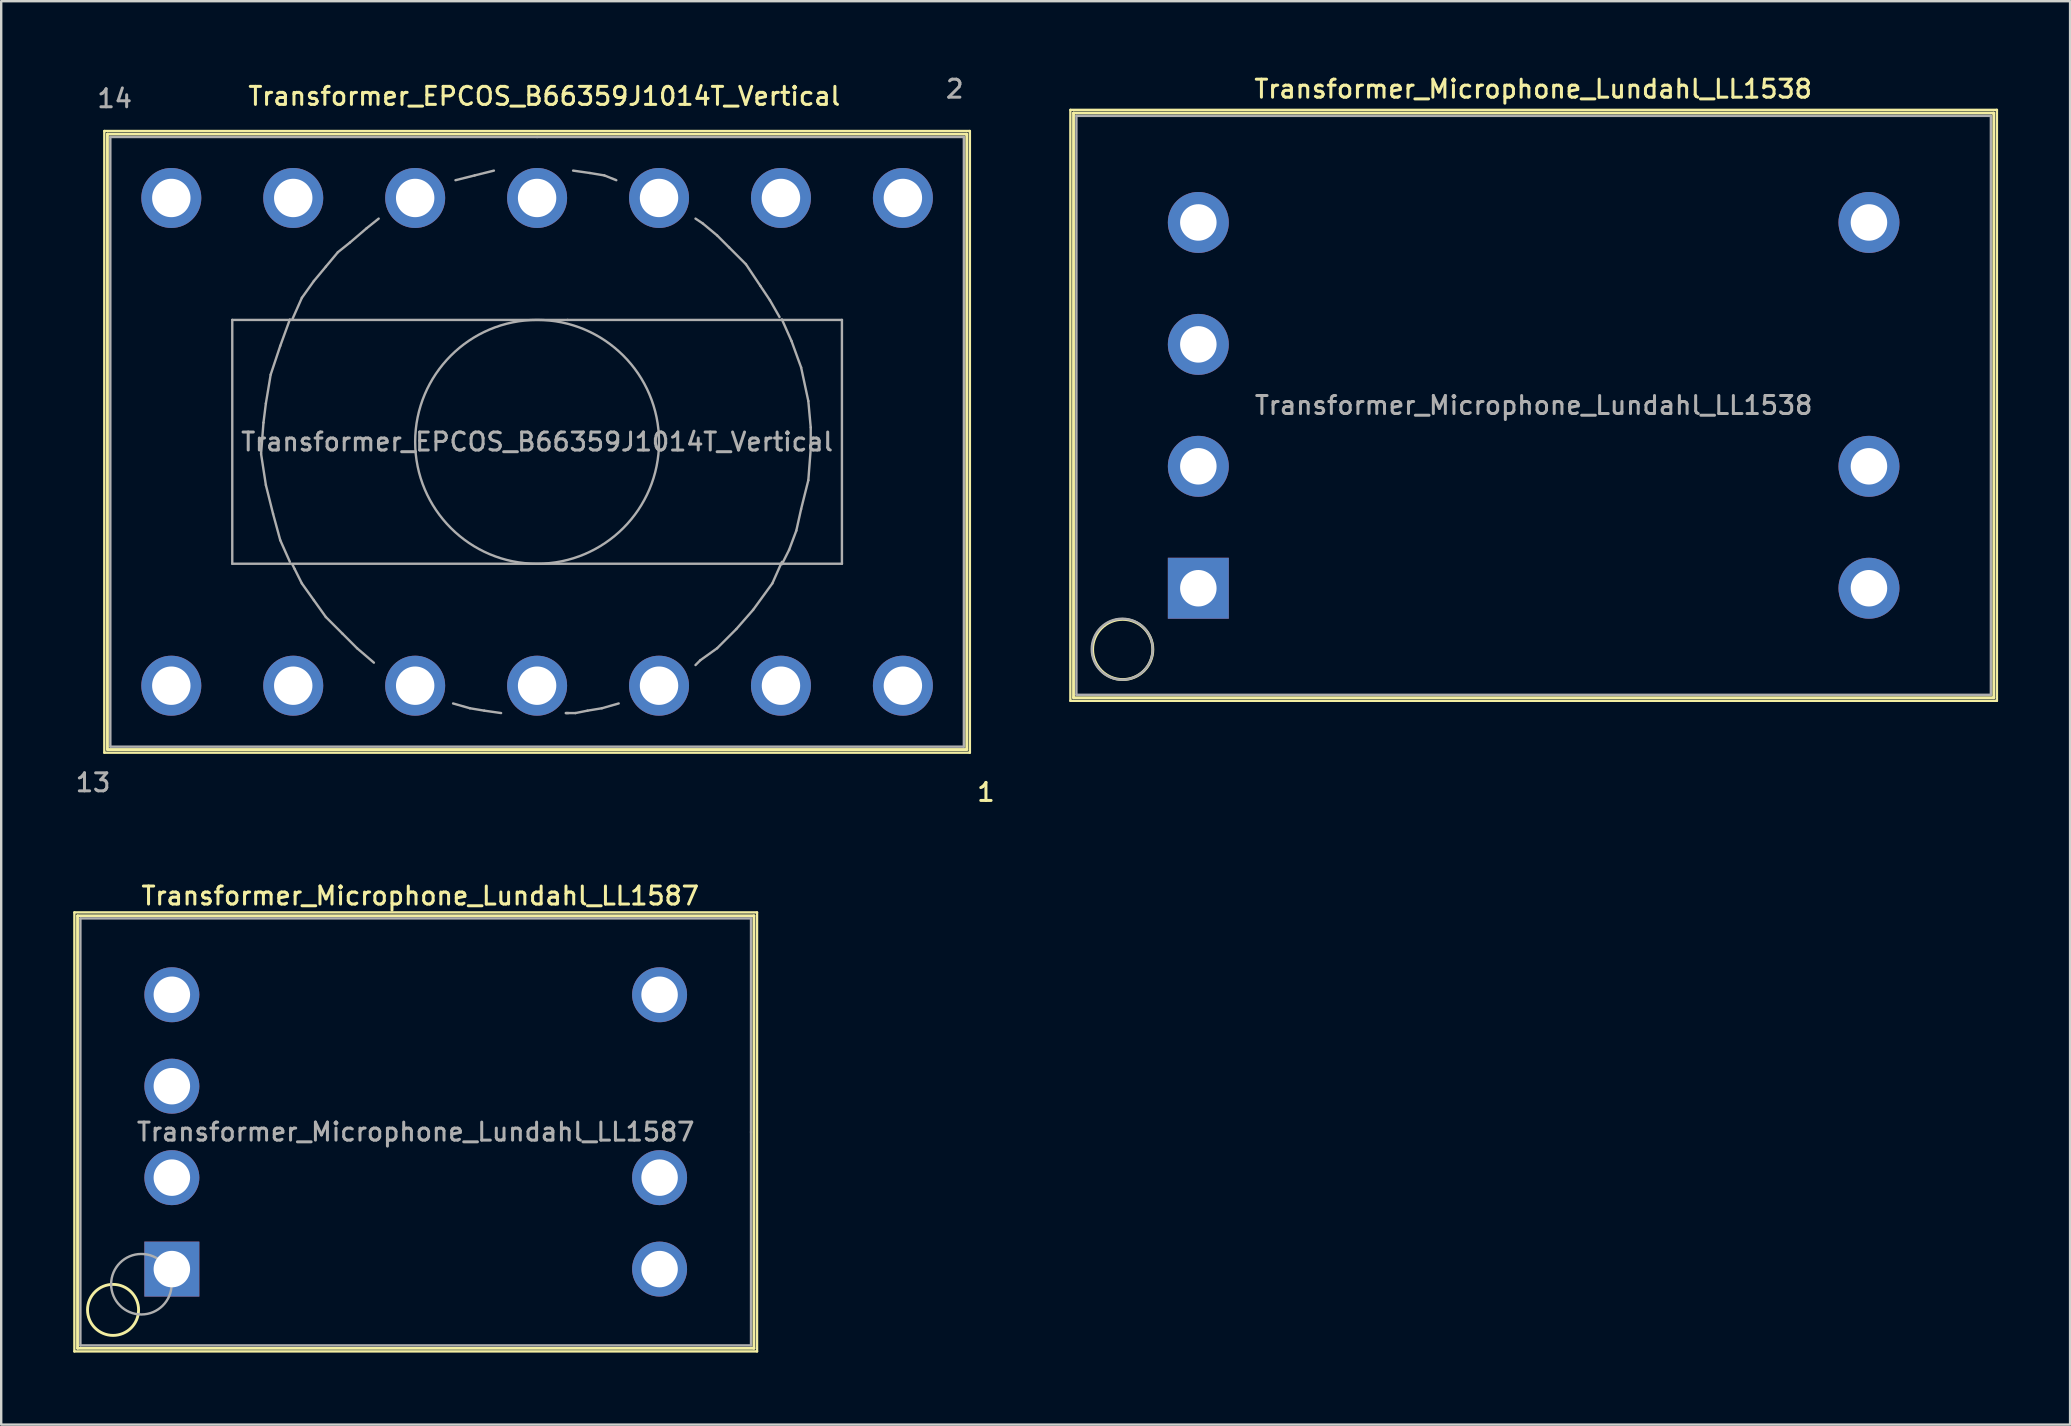
<source format=kicad_pcb>
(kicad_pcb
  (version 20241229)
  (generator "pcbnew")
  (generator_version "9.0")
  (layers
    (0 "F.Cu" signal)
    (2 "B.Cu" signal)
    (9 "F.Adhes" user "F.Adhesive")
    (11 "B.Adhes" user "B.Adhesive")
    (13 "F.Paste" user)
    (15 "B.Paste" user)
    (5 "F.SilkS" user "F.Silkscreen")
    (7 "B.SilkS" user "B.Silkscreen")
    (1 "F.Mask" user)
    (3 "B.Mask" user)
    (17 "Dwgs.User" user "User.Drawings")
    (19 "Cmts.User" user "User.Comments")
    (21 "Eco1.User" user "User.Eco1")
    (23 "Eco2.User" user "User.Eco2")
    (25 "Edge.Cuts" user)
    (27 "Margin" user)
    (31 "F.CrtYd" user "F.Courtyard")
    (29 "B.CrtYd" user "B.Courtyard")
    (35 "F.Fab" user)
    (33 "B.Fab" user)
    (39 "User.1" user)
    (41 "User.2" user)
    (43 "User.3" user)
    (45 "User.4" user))
  (footprint "Transformer_Microphone_Lundahl_LL1587"
    (layer "F.Cu")
    (at 4.11 49.824)
    (property "Reference" "Transformer_Microphone_Lundahl_LL1587" (at 10.35 -15.55 0) (layer "F.SilkS") (effects (font (size 0.75 0.75) (thickness 0.125))))
    (attr through_hole)
    (fp_line (start -4.06 -14.86) (end -4.06 3.43) (stroke (width 0.1) (type solid)) (layer "F.SilkS"))
    (fp_line (start -4.06 -14.86) (end 24.38 -14.86) (stroke (width 0.1) (type solid)) (layer "F.SilkS"))
    (fp_line (start -3.93 -14.72) (end -3.93 3.3) (stroke (width 0.12) (type solid)) (layer "F.SilkS"))
    (fp_line (start -3.93 -14.72) (end 24.25 -14.72) (stroke (width 0.12) (type solid)) (layer "F.SilkS"))
    (fp_line (start 24.25 3.3) (end -3.93 3.3) (stroke (width 0.12) (type solid)) (layer "F.SilkS"))
    (fp_line (start 24.25 3.3) (end 24.25 -14.72) (stroke (width 0.12) (type solid)) (layer "F.SilkS"))
    (fp_line (start 24.38 3.43) (end -4.06 3.43) (stroke (width 0.1) (type solid)) (layer "F.SilkS"))
    (fp_line (start 24.38 3.43) (end 24.38 -14.86) (stroke (width 0.1) (type solid)) (layer "F.SilkS"))
    (fp_circle (center -2.45 1.7) (end -1.75 2.5) (stroke (width 0.12) (type solid)) (fill no) (layer "F.SilkS"))
    (fp_line (start -3.81 -14.61) (end -3.81 3.18) (stroke (width 0.1) (type solid)) (layer "F.Fab"))
    (fp_line (start -3.81 3.18) (end 24.13 3.18) (stroke (width 0.1) (type solid)) (layer "F.Fab"))
    (fp_line (start 24.13 -14.61) (end -3.81 -14.61) (stroke (width 0.1) (type solid)) (layer "F.Fab"))
    (fp_line (start 24.13 -5.71) (end 24.13 -14.61) (stroke (width 0.1) (type solid)) (layer "F.Fab"))
    (fp_line (start 24.13 3.18) (end 24.13 -5.71) (stroke (width 0.1) (type solid)) (layer "F.Fab"))
    (fp_circle (center -1.27 0.63) (end -1.27 -0.63) (stroke (width 0.1) (type solid)) (fill no) (layer "F.Fab"))
    (fp_text user "${REFERENCE}" (at 10.16 -5.715 0) (layer "F.Fab") (effects (font (size 0.75 0.75) (thickness 0.125))))
    (pad "1" thru_hole rect (at 0 0) (size 2.29 2.29) (drill 1.52) (layers "*.Cu" "*.Mask"))
    (pad "2" thru_hole circle (at 0 -3.81) (size 2.29 2.29) (drill 1.52) (layers "*.Cu" "*.Mask"))
    (pad "3" thru_hole circle (at 0 -7.62) (size 2.29 2.29) (drill 1.52) (layers "*.Cu" "*.Mask"))
    (pad "4" thru_hole circle (at 0 -11.43) (size 2.29 2.29) (drill 1.52) (layers "*.Cu" "*.Mask"))
    (pad "5" thru_hole circle (at 20.32 0) (size 2.29 2.29) (drill 1.52) (layers "*.Cu" "*.Mask"))
    (pad "6" thru_hole circle (at 20.32 -3.81) (size 2.29 2.29) (drill 1.52) (layers "*.Cu" "*.Mask"))
    (pad "8" thru_hole circle (at 20.32 -11.43) (size 2.29 2.29) (drill 1.52) (layers "*.Cu" "*.Mask")))
  (footprint "Transformer_EPCOS_B66359J1014T_Vertical"
    (layer "F.Cu")
    (at 34.567 25.518)
    (property "Reference" "Transformer_EPCOS_B66359J1014T_Vertical" (at -14.94 -24.56 0) (layer "F.SilkS") (effects (font (size 0.75 0.75) (thickness 0.125))))
    (attr through_hole)
    (fp_line (start -33.27 -23.11) (end -33.27 2.79) (stroke (width 0.1) (type solid)) (layer "F.SilkS"))
    (fp_line (start -33.27 -23.11) (end 2.79 -23.11) (stroke (width 0.1) (type solid)) (layer "F.SilkS"))
    (fp_line (start -33.14 -22.98) (end -33.14 2.66) (stroke (width 0.12) (type solid)) (layer "F.SilkS"))
    (fp_line (start -33.14 -22.98) (end 2.66 -22.98) (stroke (width 0.12) (type solid)) (layer "F.SilkS"))
    (fp_line (start 2.66 2.66) (end -33.14 2.66) (stroke (width 0.12) (type solid)) (layer "F.SilkS"))
    (fp_line (start 2.66 2.66) (end 2.66 -22.98) (stroke (width 0.12) (type solid)) (layer "F.SilkS"))
    (fp_line (start 2.79 2.79) (end -33.27 2.79) (stroke (width 0.1) (type solid)) (layer "F.SilkS"))
    (fp_line (start 2.79 2.79) (end 2.79 -23.11) (stroke (width 0.1) (type solid)) (layer "F.SilkS"))
    (fp_line (start -33.02 -22.86) (end -33.02 2.54) (stroke (width 0.1) (type solid)) (layer "F.Fab"))
    (fp_line (start -33.02 2.54) (end 2.54 2.54) (stroke (width 0.1) (type solid)) (layer "F.Fab"))
    (fp_line (start -27.94 -15.24) (end -13.97 -15.24) (stroke (width 0.1) (type solid)) (layer "F.Fab"))
    (fp_line (start -27.94 -5.08) (end -27.94 -15.24) (stroke (width 0.1) (type solid)) (layer "F.Fab"))
    (fp_line (start -26.74 -9.66) (end -26.54 -8.36) (stroke (width 0.1) (type solid)) (layer "F.Fab"))
    (fp_line (start -26.64 -10.96) (end -26.74 -9.66) (stroke (width 0.1) (type solid)) (layer "F.Fab"))
    (fp_line (start -26.54 -11.76) (end -26.64 -10.96) (stroke (width 0.1) (type solid)) (layer "F.Fab"))
    (fp_line (start -26.54 -8.36) (end -26.24 -7.16) (stroke (width 0.1) (type solid)) (layer "F.Fab"))
    (fp_line (start -26.34 -12.96) (end -26.54 -11.76) (stroke (width 0.1) (type solid)) (layer "F.Fab"))
    (fp_line (start -26.24 -7.16) (end -25.94 -6.06) (stroke (width 0.1) (type solid)) (layer "F.Fab"))
    (fp_line (start -25.94 -14.16) (end -26.34 -12.96) (stroke (width 0.1) (type solid)) (layer "F.Fab"))
    (fp_line (start -25.94 -6.06) (end -25.54 -5.16) (stroke (width 0.1) (type solid)) (layer "F.Fab"))
    (fp_line (start -25.54 -15.26) (end -25.94 -14.16) (stroke (width 0.1) (type solid)) (layer "F.Fab"))
    (fp_line (start -25.34 -4.86) (end -25.44 -5.06) (stroke (width 0.1) (type solid)) (layer "F.Fab"))
    (fp_line (start -25.04 -16.16) (end -25.44 -15.26) (stroke (width 0.1) (type solid)) (layer "F.Fab"))
    (fp_line (start -25.04 -4.26) (end -25.34 -4.86) (stroke (width 0.1) (type solid)) (layer "F.Fab"))
    (fp_line (start -24.54 -16.86) (end -25.04 -16.16) (stroke (width 0.1) (type solid)) (layer "F.Fab"))
    (fp_line (start -24.54 -3.56) (end -25.04 -4.26) (stroke (width 0.1) (type solid)) (layer "F.Fab"))
    (fp_line (start -24.04 -17.46) (end -24.54 -16.86) (stroke (width 0.1) (type solid)) (layer "F.Fab"))
    (fp_line (start -24.04 -2.86) (end -24.54 -3.56) (stroke (width 0.1) (type solid)) (layer "F.Fab"))
    (fp_line (start -23.54 -18.06) (end -24.04 -17.46) (stroke (width 0.1) (type solid)) (layer "F.Fab"))
    (fp_line (start -23.34 -2.16) (end -24.04 -2.86) (stroke (width 0.1) (type solid)) (layer "F.Fab"))
    (fp_line (start -23.04 -18.46) (end -23.54 -18.06) (stroke (width 0.1) (type solid)) (layer "F.Fab"))
    (fp_line (start -22.74 -1.56) (end -23.34 -2.16) (stroke (width 0.1) (type solid)) (layer "F.Fab"))
    (fp_line (start -22.34 -19.06) (end -23.04 -18.46) (stroke (width 0.1) (type solid)) (layer "F.Fab"))
    (fp_line (start -22.04 -0.96) (end -22.74 -1.56) (stroke (width 0.1) (type solid)) (layer "F.Fab"))
    (fp_line (start -21.84 -19.46) (end -22.34 -19.06) (stroke (width 0.1) (type solid)) (layer "F.Fab"))
    (fp_line (start -18.04 0.94) (end -18.74 0.74) (stroke (width 0.1) (type solid)) (layer "F.Fab"))
    (fp_line (start -17.84 -21.26) (end -18.64 -21.06) (stroke (width 0.1) (type solid)) (layer "F.Fab"))
    (fp_line (start -17.44 1.04) (end -18.04 0.94) (stroke (width 0.1) (type solid)) (layer "F.Fab"))
    (fp_line (start -17.04 -21.46) (end -17.84 -21.26) (stroke (width 0.1) (type solid)) (layer "F.Fab"))
    (fp_line (start -16.74 1.14) (end -17.44 1.04) (stroke (width 0.1) (type solid)) (layer "F.Fab"))
    (fp_line (start -15.24 -22.86) (end -33.02 -22.86) (stroke (width 0.1) (type solid)) (layer "F.Fab"))
    (fp_line (start -15.24 -22.86) (end 2.54 -22.86) (stroke (width 0.1) (type solid)) (layer "F.Fab"))
    (fp_line (start -14.04 1.14) (end -13.94 1.14) (stroke (width 0.1) (type solid)) (layer "F.Fab"))
    (fp_line (start -13.97 -15.24) (end -2.54 -15.24) (stroke (width 0.1) (type solid)) (layer "F.Fab"))
    (fp_line (start -13.64 1.14) (end -14.04 1.14) (stroke (width 0.1) (type solid)) (layer "F.Fab"))
    (fp_line (start -13.14 1.04) (end -13.64 1.14) (stroke (width 0.1) (type solid)) (layer "F.Fab"))
    (fp_line (start -13.04 -21.36) (end -13.74 -21.46) (stroke (width 0.1) (type solid)) (layer "F.Fab"))
    (fp_line (start -12.54 0.94) (end -13.14 1.04) (stroke (width 0.1) (type solid)) (layer "F.Fab"))
    (fp_line (start -12.44 -21.26) (end -13.04 -21.36) (stroke (width 0.1) (type solid)) (layer "F.Fab"))
    (fp_line (start -11.94 -21.06) (end -12.44 -21.26) (stroke (width 0.1) (type solid)) (layer "F.Fab"))
    (fp_line (start -11.84 0.74) (end -12.54 0.94) (stroke (width 0.1) (type solid)) (layer "F.Fab"))
    (fp_line (start -8.64 -19.46) (end -8.34 -19.26) (stroke (width 0.1) (type solid)) (layer "F.Fab"))
    (fp_line (start -8.44 -1.06) (end -8.64 -0.86) (stroke (width 0.1) (type solid)) (layer "F.Fab"))
    (fp_line (start -8.34 -19.26) (end -7.74 -18.76) (stroke (width 0.1) (type solid)) (layer "F.Fab"))
    (fp_line (start -7.74 -18.76) (end -7.24 -18.26) (stroke (width 0.1) (type solid)) (layer "F.Fab"))
    (fp_line (start -7.74 -1.56) (end -8.44 -1.06) (stroke (width 0.1) (type solid)) (layer "F.Fab"))
    (fp_line (start -7.24 -18.26) (end -6.54 -17.56) (stroke (width 0.1) (type solid)) (layer "F.Fab"))
    (fp_line (start -6.94 -2.36) (end -7.74 -1.56) (stroke (width 0.1) (type solid)) (layer "F.Fab"))
    (fp_line (start -6.54 -17.56) (end -5.94 -16.66) (stroke (width 0.1) (type solid)) (layer "F.Fab"))
    (fp_line (start -6.24 -3.16) (end -6.94 -2.36) (stroke (width 0.1) (type solid)) (layer "F.Fab"))
    (fp_line (start -5.94 -16.66) (end -5.54 -16.06) (stroke (width 0.1) (type solid)) (layer "F.Fab"))
    (fp_line (start -5.54 -16.06) (end -5.14 -15.36) (stroke (width 0.1) (type solid)) (layer "F.Fab"))
    (fp_line (start -5.44 -4.26) (end -6.24 -3.16) (stroke (width 0.1) (type solid)) (layer "F.Fab"))
    (fp_line (start -5.04 -15.26) (end -4.64 -14.36) (stroke (width 0.1) (type solid)) (layer "F.Fab"))
    (fp_line (start -5.04 -5.16) (end -5.44 -4.26) (stroke (width 0.1) (type solid)) (layer "F.Fab"))
    (fp_line (start -4.74 -5.66) (end -5.04 -5.06) (stroke (width 0.1) (type solid)) (layer "F.Fab"))
    (fp_line (start -4.64 -14.36) (end -4.24 -13.26) (stroke (width 0.1) (type solid)) (layer "F.Fab"))
    (fp_line (start -4.44 -6.46) (end -4.74 -5.66) (stroke (width 0.1) (type solid)) (layer "F.Fab"))
    (fp_line (start -4.24 -13.26) (end -3.94 -11.86) (stroke (width 0.1) (type solid)) (layer "F.Fab"))
    (fp_line (start -4.24 -7.36) (end -4.44 -6.46) (stroke (width 0.1) (type solid)) (layer "F.Fab"))
    (fp_line (start -3.94 -11.86) (end -3.84 -10.76) (stroke (width 0.1) (type solid)) (layer "F.Fab"))
    (fp_line (start -3.94 -8.56) (end -4.24 -7.36) (stroke (width 0.1) (type solid)) (layer "F.Fab"))
    (fp_line (start -3.84 -10.76) (end -3.84 -9.86) (stroke (width 0.1) (type solid)) (layer "F.Fab"))
    (fp_line (start -3.84 -9.86) (end -3.94 -8.56) (stroke (width 0.1) (type solid)) (layer "F.Fab"))
    (fp_line (start -2.54 -15.24) (end -2.54 -5.08) (stroke (width 0.1) (type solid)) (layer "F.Fab"))
    (fp_line (start -2.54 -5.08) (end -27.94 -5.08) (stroke (width 0.1) (type solid)) (layer "F.Fab"))
    (fp_line (start 2.54 -22.86) (end 2.54 2.54) (stroke (width 0.1) (type solid)) (layer "F.Fab"))
    (fp_circle (center -15.24 -10.16) (end -15.24 -15.24) (stroke (width 0.1) (type solid)) (fill no) (layer "F.Fab"))
    (fp_text user "1" (at 3.46 4.44 0) (layer "F.SilkS") (effects (font (size 0.75 0.75) (thickness 0.125))))
    (fp_text user "14" (at -32.84 -24.46 0) (layer "F.Fab") (effects (font (size 0.75 0.75) (thickness 0.125))))
    (fp_text user "${REFERENCE}" (at -15.24 -10.16 0) (layer "F.Fab") (effects (font (size 0.75 0.75) (thickness 0.125))))
    (fp_text user "13" (at -33.74 4.04 0) (layer "F.Fab") (effects (font (size 0.75 0.75) (thickness 0.125))))
    (fp_text user "2" (at 2.16 -24.86 0) (layer "F.Fab") (effects (font (size 0.75 0.75) (thickness 0.125))))
    (pad "1" thru_hole circle (at 0 0) (size 2.5 2.5) (drill 1.6) (layers "*.Cu" "*.Mask"))
    (pad "2" thru_hole circle (at 0 -20.32) (size 2.5 2.5) (drill 1.6) (layers "*.Cu" "*.Mask"))
    (pad "3" thru_hole circle (at -5.08 0) (size 2.5 2.5) (drill 1.6) (layers "*.Cu" "*.Mask"))
    (pad "4" thru_hole circle (at -5.08 -20.32) (size 2.5 2.5) (drill 1.6) (layers "*.Cu" "*.Mask"))
    (pad "5" thru_hole circle (at -10.16 0) (size 2.5 2.5) (drill 1.6) (layers "*.Cu" "*.Mask"))
    (pad "6" thru_hole circle (at -10.16 -20.32) (size 2.5 2.5) (drill 1.6) (layers "*.Cu" "*.Mask"))
    (pad "7" thru_hole circle (at -15.24 0) (size 2.5 2.5) (drill 1.6) (layers "*.Cu" "*.Mask"))
    (pad "8" thru_hole circle (at -15.24 -20.32) (size 2.5 2.5) (drill 1.6) (layers "*.Cu" "*.Mask"))
    (pad "9" thru_hole circle (at -20.32 0) (size 2.5 2.5) (drill 1.6) (layers "*.Cu" "*.Mask"))
    (pad "10" thru_hole circle (at -20.32 -20.32) (size 2.5 2.5) (drill 1.6) (layers "*.Cu" "*.Mask"))
    (pad "11" thru_hole circle (at -25.4 0) (size 2.5 2.5) (drill 1.6) (layers "*.Cu" "*.Mask"))
    (pad "12" thru_hole circle (at -25.4 -20.32) (size 2.5 2.5) (drill 1.6) (layers "*.Cu" "*.Mask"))
    (pad "13" thru_hole circle (at -30.48 0) (size 2.5 2.5) (drill 1.6) (layers "*.Cu" "*.Mask"))
    (pad "14" thru_hole circle (at -30.48 -20.32) (size 2.5 2.5) (drill 1.6) (layers "*.Cu" "*.Mask")))
  (footprint "Transformer_Microphone_Lundahl_LL1538"
    (layer "F.Cu")
    (at 46.876 21.458)
    (property "Reference" "Transformer_Microphone_Lundahl_LL1538" (at 13.95 -20.8 0) (layer "F.SilkS") (effects (font (size 0.75 0.75) (thickness 0.125))))
    (attr through_hole)
    (fp_line (start -5.33 -19.93) (end -5.33 4.69) (stroke (width 0.1) (type solid)) (layer "F.SilkS"))
    (fp_line (start -5.33 -19.93) (end 33.27 -19.93) (stroke (width 0.1) (type solid)) (layer "F.SilkS"))
    (fp_line (start -5.2 -19.8) (end -5.2 4.56) (stroke (width 0.12) (type solid)) (layer "F.SilkS"))
    (fp_line (start -5.2 -19.8) (end 33.14 -19.8) (stroke (width 0.12) (type solid)) (layer "F.SilkS"))
    (fp_line (start 33.14 4.56) (end -5.2 4.56) (stroke (width 0.12) (type solid)) (layer "F.SilkS"))
    (fp_line (start 33.14 4.56) (end 33.14 -19.8) (stroke (width 0.12) (type solid)) (layer "F.SilkS"))
    (fp_line (start 33.27 4.69) (end -5.33 4.69) (stroke (width 0.1) (type solid)) (layer "F.SilkS"))
    (fp_line (start 33.27 4.69) (end 33.27 -19.93) (stroke (width 0.1) (type solid)) (layer "F.SilkS"))
    (fp_circle (center -3.15 2.55) (end -2 3.05) (stroke (width 0.12) (type solid)) (fill no) (layer "F.SilkS"))
    (fp_line (start -5.08 -19.68) (end 33.02 -19.68) (stroke (width 0.1) (type solid)) (layer "F.Fab"))
    (fp_line (start -5.08 4.44) (end -5.08 -19.68) (stroke (width 0.1) (type solid)) (layer "F.Fab"))
    (fp_line (start 33.02 -19.68) (end 33.02 4.44) (stroke (width 0.1) (type solid)) (layer "F.Fab"))
    (fp_line (start 33.02 4.44) (end -5.08 4.44) (stroke (width 0.1) (type solid)) (layer "F.Fab"))
    (fp_circle (center -3.17 2.54) (end -3.17 1.27) (stroke (width 0.1) (type solid)) (fill no) (layer "F.Fab"))
    (fp_text user "${REFERENCE}" (at 13.97 -7.62 0) (layer "F.Fab") (effects (font (size 0.75 0.75) (thickness 0.125))))
    (pad "1" thru_hole rect (at 0 0) (size 2.54 2.54) (drill 1.52) (layers "*.Cu" "*.Mask"))
    (pad "2" thru_hole circle (at 0 -5.08) (size 2.54 2.54) (drill 1.52) (layers "*.Cu" "*.Mask"))
    (pad "3" thru_hole circle (at 0 -10.16) (size 2.54 2.54) (drill 1.52) (layers "*.Cu" "*.Mask"))
    (pad "4" thru_hole circle (at 0 -15.24) (size 2.54 2.54) (drill 1.52) (layers "*.Cu" "*.Mask"))
    (pad "5" thru_hole circle (at 27.94 0) (size 2.54 2.54) (drill 1.52) (layers "*.Cu" "*.Mask"))
    (pad "6" thru_hole circle (at 27.94 -5.08) (size 2.54 2.54) (drill 1.52) (layers "*.Cu" "*.Mask"))
    (pad "8" thru_hole circle (at 27.94 -15.24) (size 2.54 2.54) (drill 1.52) (layers "*.Cu" "*.Mask")))
  (gr_rect
    (start -3 -3)
    (end 83.196 56.304)
    (stroke (width 0.1) (type default))
    (fill no)
    (layer "Edge.Cuts")))
</source>
